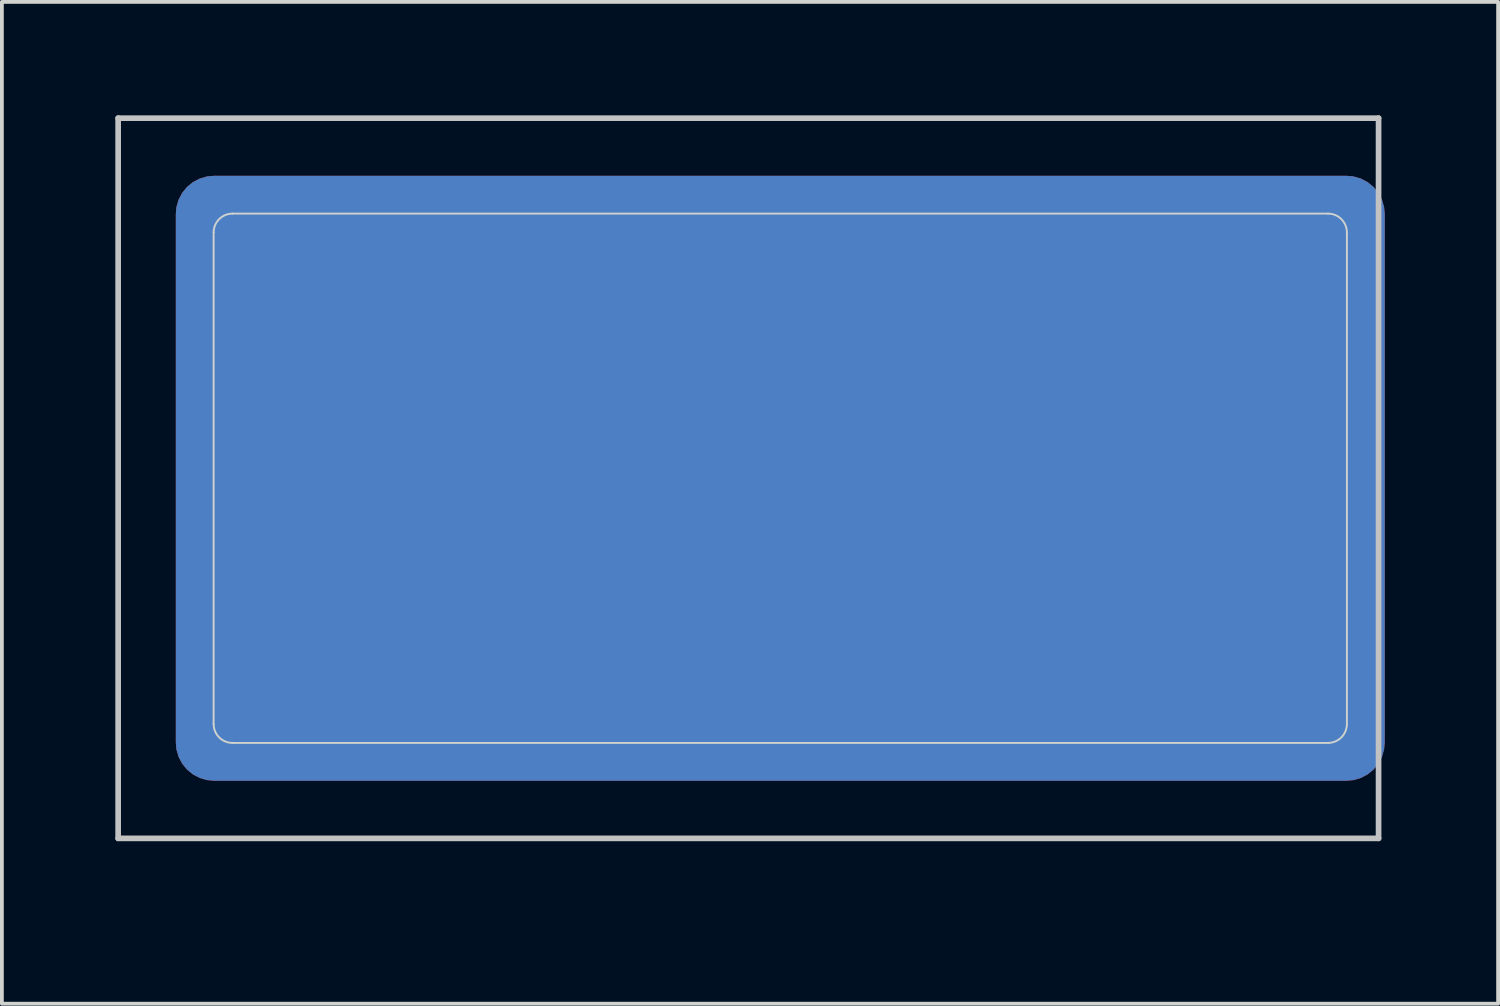
<source format=kicad_pcb>
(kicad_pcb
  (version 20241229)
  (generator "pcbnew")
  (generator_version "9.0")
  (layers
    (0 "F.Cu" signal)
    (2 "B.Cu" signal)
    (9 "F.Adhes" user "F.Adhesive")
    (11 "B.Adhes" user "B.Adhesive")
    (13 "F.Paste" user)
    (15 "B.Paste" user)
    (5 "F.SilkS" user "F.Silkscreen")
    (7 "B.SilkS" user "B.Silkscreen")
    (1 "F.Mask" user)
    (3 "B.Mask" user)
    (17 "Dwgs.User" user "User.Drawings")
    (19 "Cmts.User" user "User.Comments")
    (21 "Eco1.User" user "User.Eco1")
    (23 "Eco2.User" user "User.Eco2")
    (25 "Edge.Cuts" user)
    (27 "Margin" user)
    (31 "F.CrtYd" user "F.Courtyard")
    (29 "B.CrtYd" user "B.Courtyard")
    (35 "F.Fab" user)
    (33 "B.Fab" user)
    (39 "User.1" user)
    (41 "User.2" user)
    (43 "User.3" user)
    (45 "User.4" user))
  (footprint "MX_Cutout_1.75u_enc"
    (layer "F.Cu")
    (at 16.744 9.6)
    (property "Reference" "MX_Cutout_1.75u_enc" (at 0.25 10.05 0) (layer "Eco2.User") (effects (font (size 1 1) (thickness 0.15))))
    (attr through_hole)
    (fp_line (start -16.669 -9.525) (end 16.669 -9.525) (stroke (width 0.15) (type solid)) (layer "Dwgs.User"))
    (fp_line (start -16.669 9.525) (end -16.669 -9.525) (stroke (width 0.15) (type solid)) (layer "Dwgs.User"))
    (fp_line (start 16.669 -9.525) (end 16.669 9.525) (stroke (width 0.15) (type solid)) (layer "Dwgs.User"))
    (fp_line (start 16.669 9.525) (end -16.669 9.525) (stroke (width 0.15) (type solid)) (layer "Dwgs.User"))
    (fp_line (start -14.144 -6.5) (end -14.144 6.5) (stroke (width 0.05) (type solid)) (layer "Edge.Cuts"))
    (fp_line (start -13.644 7) (end 15.331 7) (stroke (width 0.05) (type solid)) (layer "Edge.Cuts"))
    (fp_line (start 15.331 -7) (end -13.644 -7) (stroke (width 0.05) (type solid)) (layer "Edge.Cuts"))
    (fp_line (start 15.831 6.5) (end 15.831 -6.5) (stroke (width 0.05) (type solid)) (layer "Edge.Cuts"))
    (fp_arc (start -14.14375 -6.5) (mid -13.997303 -6.853553) (end -13.64375 -7) (stroke (width 0.05) (type solid)) (layer "Edge.Cuts"))
    (fp_arc (start -13.64375 7) (mid -13.997303 6.853553) (end -14.14375 6.5) (stroke (width 0.05) (type solid)) (layer "Edge.Cuts"))
    (fp_arc (start 15.33125 -7) (mid 15.684803 -6.853553) (end 15.83125 -6.5) (stroke (width 0.05) (type solid)) (layer "Edge.Cuts"))
    (fp_arc (start 15.83125 6.5) (mid 15.684803 6.853553) (end 15.33125 7) (stroke (width 0.05) (type solid)) (layer "Edge.Cuts"))
    (pad "1" smd roundrect (at 0.844 0 180) (size 31.975 16) (layers "F.Cu" "F.Mask") (roundrect_rratio 0.063))
    (pad "1" smd roundrect (at 0.844 0 180) (size 31.975 16) (layers "B.Cu" "B.Mask") (roundrect_rratio 0.063)))
  (gr_rect
    (start -3 -3)
    (end 36.575 23.498)
    (stroke (width 0.1) (type default))
    (fill no)
    (layer "Edge.Cuts")))
</source>
